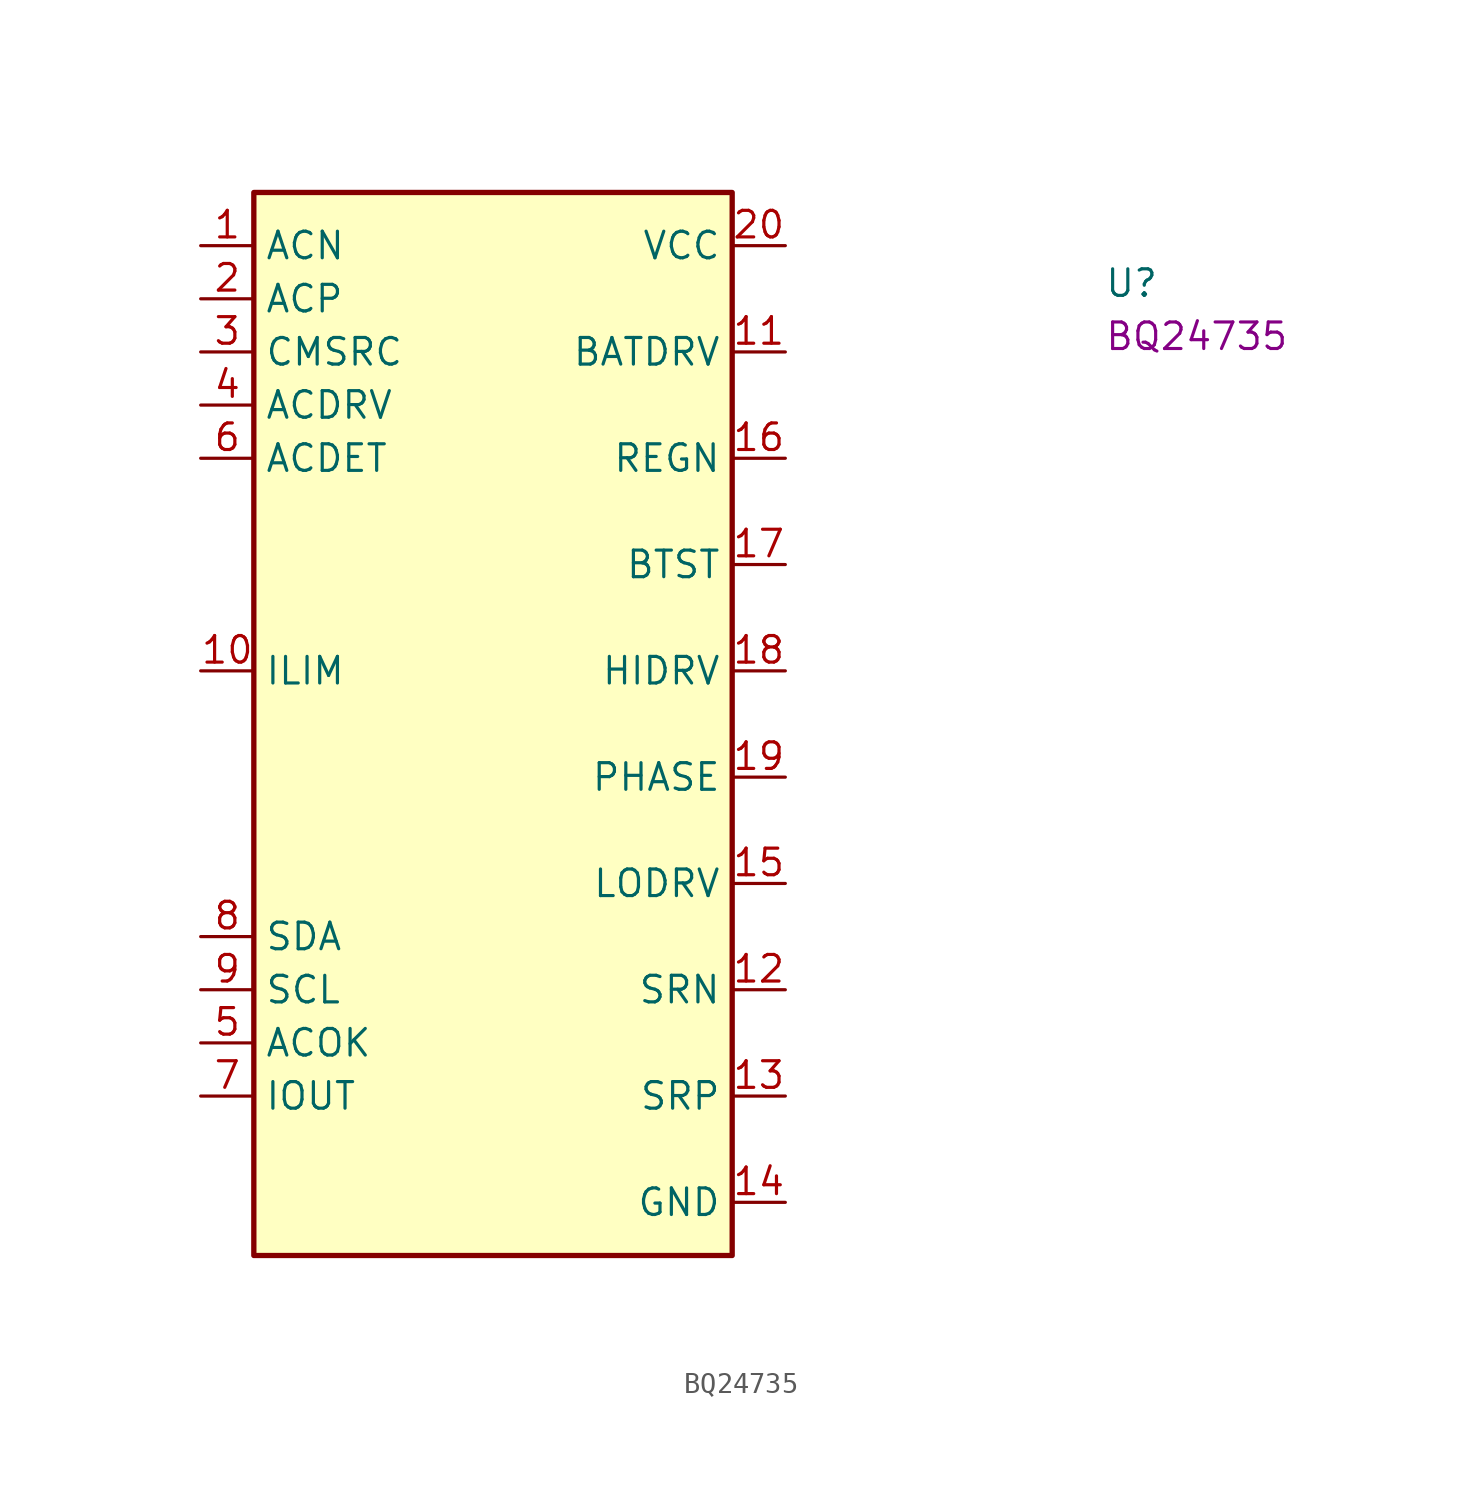
<source format=kicad_sym>
(kicad_symbol_lib
  (version 20220914)
  (generator kicad_symbol_editor)
  (symbol "BQ24735"
    (property "Reference" "U"
      (at 43.18 -2.54 0)
      (effects (font (size 1.27 1.27) (thickness 0.15)) (justify left bottom)))
    (property "MPN" "BQ24735"
      (at 43.18 -5.08 0)
      (effects (font (size 1.27 1.27) (thickness 0.15)) (justify left bottom)))
    (symbol "BQ24735_1_1"
      (rectangle (start 2.54 2.54) (end 25.4 -48.26) (stroke (width 0.254) (type default)) (fill (type background)))
      (pin passive line (at 0 0 0) (length 2.54) (name "ACN" (effects (font (size 1.27 1.27)))) (number "1" (effects (font (size 1.27 1.27)))))
      (pin passive line (at 0 -20.32 0) (length 2.54) (name "ILIM" (effects (font (size 1.27 1.27)))) (number "10" (effects (font (size 1.27 1.27)))))
      (pin passive line (at 27.94 -5.08 180) (length 2.54) (name "BATDRV" (effects (font (size 1.27 1.27)))) (number "11" (effects (font (size 1.27 1.27)))))
      (pin passive line (at 27.94 -35.56 180) (length 2.54) (name "SRN" (effects (font (size 1.27 1.27)))) (number "12" (effects (font (size 1.27 1.27)))))
      (pin passive line (at 27.94 -40.64 180) (length 2.54) (name "SRP" (effects (font (size 1.27 1.27)))) (number "13" (effects (font (size 1.27 1.27)))))
      (pin power_in line (at 27.94 -45.72 180) (length 2.54) (name "GND" (effects (font (size 1.27 1.27)))) (number "14" (effects (font (size 1.27 1.27)))))
      (pin passive line (at 27.94 -30.48 180) (length 2.54) (name "LODRV" (effects (font (size 1.27 1.27)))) (number "15" (effects (font (size 1.27 1.27)))))
      (pin passive line (at 27.94 -10.16 180) (length 2.54) (name "REGN" (effects (font (size 1.27 1.27)))) (number "16" (effects (font (size 1.27 1.27)))))
      (pin passive line (at 27.94 -15.24 180) (length 2.54) (name "BTST" (effects (font (size 1.27 1.27)))) (number "17" (effects (font (size 1.27 1.27)))))
      (pin passive line (at 27.94 -20.32 180) (length 2.54) (name "HIDRV" (effects (font (size 1.27 1.27)))) (number "18" (effects (font (size 1.27 1.27)))))
      (pin passive line (at 27.94 -25.4 180) (length 2.54) (name "PHASE" (effects (font (size 1.27 1.27)))) (number "19" (effects (font (size 1.27 1.27)))))
      (pin passive line (at 0 -2.54 0) (length 2.54) (name "ACP" (effects (font (size 1.27 1.27)))) (number "2" (effects (font (size 1.27 1.27)))))
      (pin power_in line (at 27.94 0 180) (length 2.54) (name "VCC" (effects (font (size 1.27 1.27)))) (number "20" (effects (font (size 1.27 1.27)))))
      (pin passive line (at 27.94 -45.72 180) (length 2.54) hide (name "GND" (effects (font (size 1.27 1.27)))) (number "21" (effects (font (size 1.27 1.27)))))
      (pin passive line (at 0 -5.08 0) (length 2.54) (name "CMSRC" (effects (font (size 1.27 1.27)))) (number "3" (effects (font (size 1.27 1.27)))))
      (pin passive line (at 0 -7.62 0) (length 2.54) (name "ACDRV" (effects (font (size 1.27 1.27)))) (number "4" (effects (font (size 1.27 1.27)))))
      (pin output line (at 0 -38.1 0) (length 2.54) (name "ACOK" (effects (font (size 1.27 1.27)))) (number "5" (effects (font (size 1.27 1.27)))))
      (pin passive line (at 0 -10.16 0) (length 2.54) (name "ACDET" (effects (font (size 1.27 1.27)))) (number "6" (effects (font (size 1.27 1.27)))))
      (pin output line (at 0 -40.64 0) (length 2.54) (name "IOUT" (effects (font (size 1.27 1.27)))) (number "7" (effects (font (size 1.27 1.27)))))
      (pin input line (at 0 -33.02 0) (length 2.54) (name "SDA" (effects (font (size 1.27 1.27)))) (number "8" (effects (font (size 1.27 1.27)))))
      (pin input line (at 0 -35.56 0) (length 2.54) (name "SCL" (effects (font (size 1.27 1.27)))) (number "9" (effects (font (size 1.27 1.27))))))))
</source>
